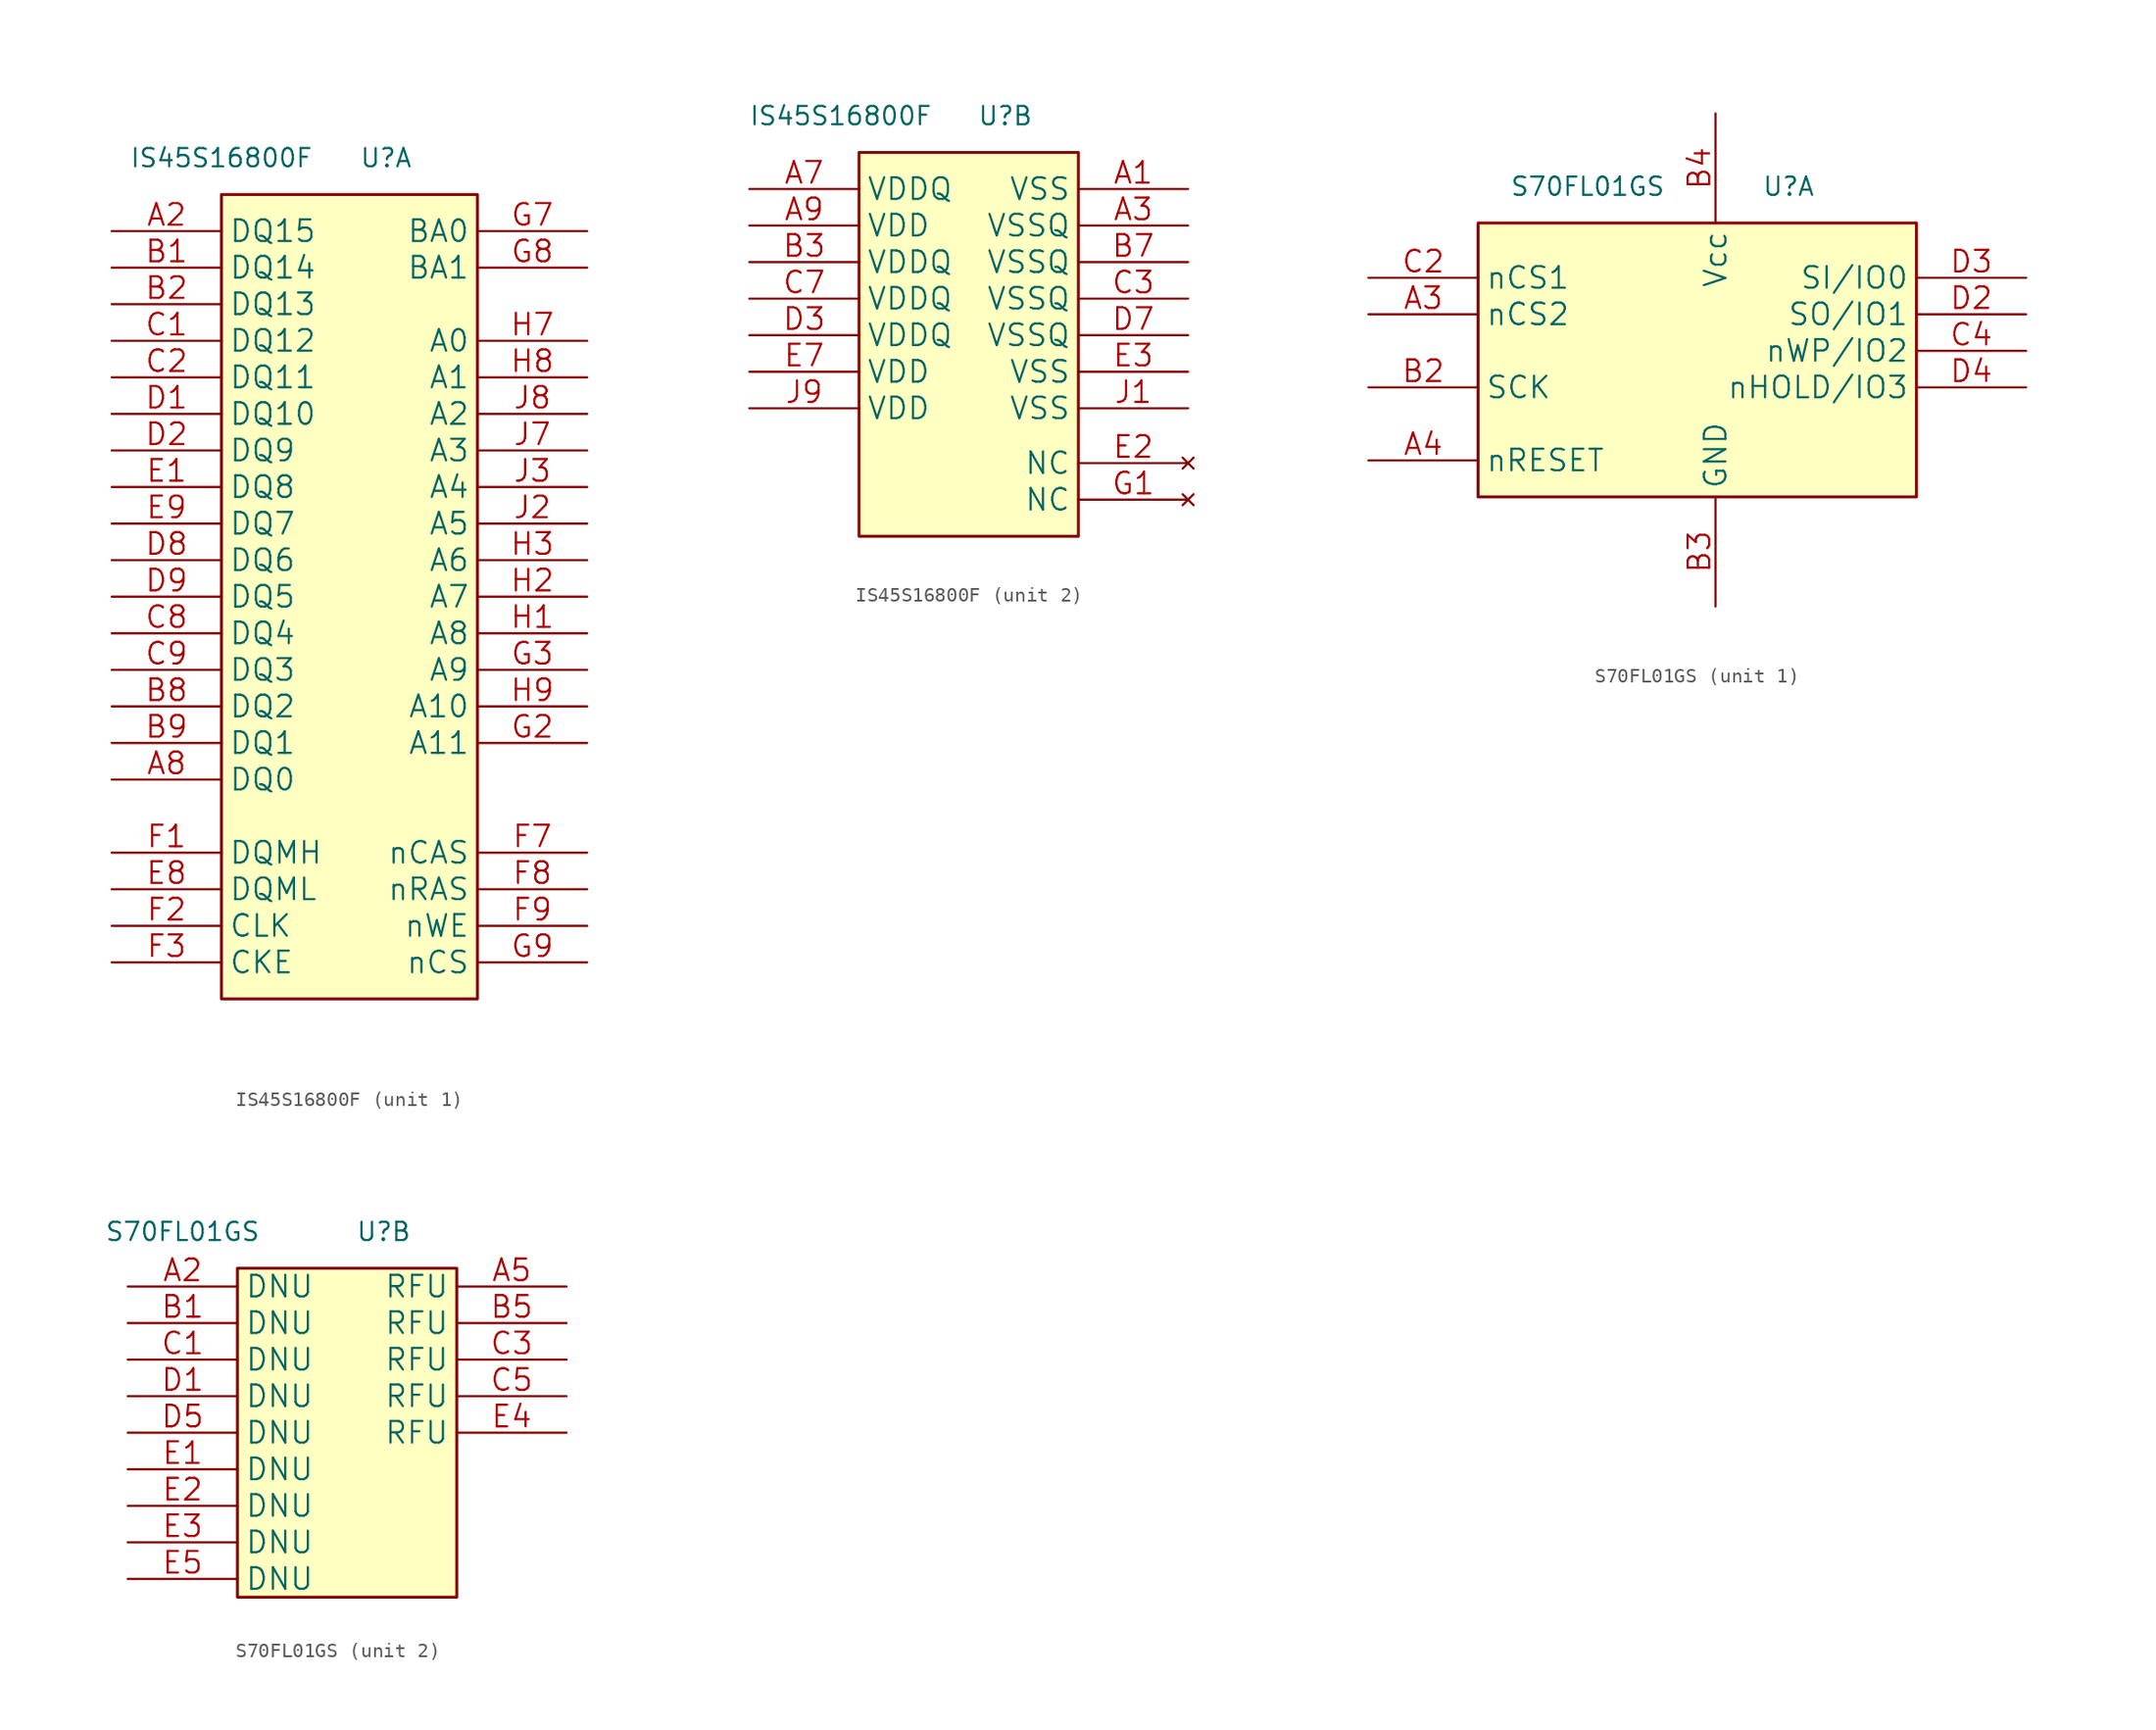
<source format=kicad_sym>
(kicad_symbol_lib
  (version 20211014)
  (generator kicad_symbol_editor)
  (symbol "IS45S16800F"
    (property "Reference" "U"
      (at 2.54 6.35 0)
      (effects (font (size 1.27 1.27))))
    (property "Value" "IS45S16800F"
      (at -8.89 6.35 0)
      (effects (font (size 1.27 1.27))))
    (property "ki_locked" ""
      (at 0 0 0)
      (effects (font (size 1.27 1.27))))
    (symbol "IS45S16800F_1_1"
      (rectangle (start -8.89 3.81) (end 8.89 -52.07) (stroke (width 0.203) (type default) (color 0 0 0 0)) (fill (type background)))
      (pin bidirectional line (at -16.51 1.27 0) (length 7.62) (name "DQ15" (effects (font (size 1.499 1.499)))) (number "A2" (effects (font (size 1.499 1.499)))))
      (pin bidirectional line (at -16.51 -36.83 0) (length 7.62) (name "DQ0" (effects (font (size 1.499 1.499)))) (number "A8" (effects (font (size 1.499 1.499)))))
      (pin bidirectional line (at -16.51 -1.27 0) (length 7.62) (name "DQ14" (effects (font (size 1.499 1.499)))) (number "B1" (effects (font (size 1.499 1.499)))))
      (pin bidirectional line (at -16.51 -3.81 0) (length 7.62) (name "DQ13" (effects (font (size 1.499 1.499)))) (number "B2" (effects (font (size 1.499 1.499)))))
      (pin bidirectional line (at -16.51 -31.75 0) (length 7.62) (name "DQ2" (effects (font (size 1.499 1.499)))) (number "B8" (effects (font (size 1.499 1.499)))))
      (pin bidirectional line (at -16.51 -34.29 0) (length 7.62) (name "DQ1" (effects (font (size 1.499 1.499)))) (number "B9" (effects (font (size 1.499 1.499)))))
      (pin bidirectional line (at -16.51 -6.35 0) (length 7.62) (name "DQ12" (effects (font (size 1.499 1.499)))) (number "C1" (effects (font (size 1.499 1.499)))))
      (pin bidirectional line (at -16.51 -8.89 0) (length 7.62) (name "DQ11" (effects (font (size 1.499 1.499)))) (number "C2" (effects (font (size 1.499 1.499)))))
      (pin bidirectional line (at -16.51 -26.67 0) (length 7.62) (name "DQ4" (effects (font (size 1.499 1.499)))) (number "C8" (effects (font (size 1.499 1.499)))))
      (pin bidirectional line (at -16.51 -29.21 0) (length 7.62) (name "DQ3" (effects (font (size 1.499 1.499)))) (number "C9" (effects (font (size 1.499 1.499)))))
      (pin bidirectional line (at -16.51 -11.43 0) (length 7.62) (name "DQ10" (effects (font (size 1.499 1.499)))) (number "D1" (effects (font (size 1.499 1.499)))))
      (pin bidirectional line (at -16.51 -13.97 0) (length 7.62) (name "DQ9" (effects (font (size 1.499 1.499)))) (number "D2" (effects (font (size 1.499 1.499)))))
      (pin bidirectional line (at -16.51 -21.59 0) (length 7.62) (name "DQ6" (effects (font (size 1.499 1.499)))) (number "D8" (effects (font (size 1.499 1.499)))))
      (pin bidirectional line (at -16.51 -24.13 0) (length 7.62) (name "DQ5" (effects (font (size 1.499 1.499)))) (number "D9" (effects (font (size 1.499 1.499)))))
      (pin bidirectional line (at -16.51 -16.51 0) (length 7.62) (name "DQ8" (effects (font (size 1.499 1.499)))) (number "E1" (effects (font (size 1.499 1.499)))))
      (pin input line (at -16.51 -44.45 0) (length 7.62) (name "DQML" (effects (font (size 1.499 1.499)))) (number "E8" (effects (font (size 1.499 1.499)))))
      (pin bidirectional line (at -16.51 -19.05 0) (length 7.62) (name "DQ7" (effects (font (size 1.499 1.499)))) (number "E9" (effects (font (size 1.499 1.499)))))
      (pin input line (at -16.51 -41.91 0) (length 7.62) (name "DQMH" (effects (font (size 1.499 1.499)))) (number "F1" (effects (font (size 1.499 1.499)))))
      (pin input line (at -16.51 -46.99 0) (length 7.62) (name "CLK" (effects (font (size 1.499 1.499)))) (number "F2" (effects (font (size 1.499 1.499)))))
      (pin input line (at -16.51 -49.53 0) (length 7.62) (name "CKE" (effects (font (size 1.499 1.499)))) (number "F3" (effects (font (size 1.499 1.499)))))
      (pin input line (at 16.51 -41.91 180) (length 7.62) (name "nCAS" (effects (font (size 1.499 1.499)))) (number "F7" (effects (font (size 1.499 1.499)))))
      (pin input line (at 16.51 -44.45 180) (length 7.62) (name "nRAS" (effects (font (size 1.499 1.499)))) (number "F8" (effects (font (size 1.499 1.499)))))
      (pin input line (at 16.51 -46.99 180) (length 7.62) (name "nWE" (effects (font (size 1.499 1.499)))) (number "F9" (effects (font (size 1.499 1.499)))))
      (pin input line (at 16.51 -34.29 180) (length 7.62) (name "A11" (effects (font (size 1.499 1.499)))) (number "G2" (effects (font (size 1.499 1.499)))))
      (pin input line (at 16.51 -29.21 180) (length 7.62) (name "A9" (effects (font (size 1.499 1.499)))) (number "G3" (effects (font (size 1.499 1.499)))))
      (pin input line (at 16.51 1.27 180) (length 7.62) (name "BA0" (effects (font (size 1.499 1.499)))) (number "G7" (effects (font (size 1.499 1.499)))))
      (pin input line (at 16.51 -1.27 180) (length 7.62) (name "BA1" (effects (font (size 1.499 1.499)))) (number "G8" (effects (font (size 1.499 1.499)))))
      (pin input line (at 16.51 -49.53 180) (length 7.62) (name "nCS" (effects (font (size 1.499 1.499)))) (number "G9" (effects (font (size 1.499 1.499)))))
      (pin input line (at 16.51 -26.67 180) (length 7.62) (name "A8" (effects (font (size 1.499 1.499)))) (number "H1" (effects (font (size 1.499 1.499)))))
      (pin input line (at 16.51 -24.13 180) (length 7.62) (name "A7" (effects (font (size 1.499 1.499)))) (number "H2" (effects (font (size 1.499 1.499)))))
      (pin input line (at 16.51 -21.59 180) (length 7.62) (name "A6" (effects (font (size 1.499 1.499)))) (number "H3" (effects (font (size 1.499 1.499)))))
      (pin input line (at 16.51 -6.35 180) (length 7.62) (name "A0" (effects (font (size 1.499 1.499)))) (number "H7" (effects (font (size 1.499 1.499)))))
      (pin input line (at 16.51 -8.89 180) (length 7.62) (name "A1" (effects (font (size 1.499 1.499)))) (number "H8" (effects (font (size 1.499 1.499)))))
      (pin input line (at 16.51 -31.75 180) (length 7.62) (name "A10" (effects (font (size 1.499 1.499)))) (number "H9" (effects (font (size 1.499 1.499)))))
      (pin input line (at 16.51 -19.05 180) (length 7.62) (name "A5" (effects (font (size 1.499 1.499)))) (number "J2" (effects (font (size 1.499 1.499)))))
      (pin input line (at 16.51 -16.51 180) (length 7.62) (name "A4" (effects (font (size 1.499 1.499)))) (number "J3" (effects (font (size 1.499 1.499)))))
      (pin input line (at 16.51 -13.97 180) (length 7.62) (name "A3" (effects (font (size 1.499 1.499)))) (number "J7" (effects (font (size 1.499 1.499)))))
      (pin input line (at 16.51 -11.43 180) (length 7.62) (name "A2" (effects (font (size 1.499 1.499)))) (number "J8" (effects (font (size 1.499 1.499))))))
    (symbol "IS45S16800F_2_1"
      (rectangle (start -7.62 3.81) (end 7.62 -22.86) (stroke (width 0.203) (type default) (color 0 0 0 0)) (fill (type background)))
      (pin power_in line (at 15.24 1.27 180) (length 7.62) (name "VSS" (effects (font (size 1.499 1.499)))) (number "A1" (effects (font (size 1.499 1.499)))))
      (pin power_in line (at 15.24 -1.27 180) (length 7.62) (name "VSSQ" (effects (font (size 1.499 1.499)))) (number "A3" (effects (font (size 1.499 1.499)))))
      (pin power_in line (at -15.24 1.27 0) (length 7.62) (name "VDDQ" (effects (font (size 1.499 1.499)))) (number "A7" (effects (font (size 1.499 1.499)))))
      (pin power_in line (at -15.24 -1.27 0) (length 7.62) (name "VDD" (effects (font (size 1.499 1.499)))) (number "A9" (effects (font (size 1.499 1.499)))))
      (pin power_in line (at -15.24 -3.81 0) (length 7.62) (name "VDDQ" (effects (font (size 1.499 1.499)))) (number "B3" (effects (font (size 1.499 1.499)))))
      (pin power_in line (at 15.24 -3.81 180) (length 7.62) (name "VSSQ" (effects (font (size 1.499 1.499)))) (number "B7" (effects (font (size 1.499 1.499)))))
      (pin power_in line (at 15.24 -6.35 180) (length 7.62) (name "VSSQ" (effects (font (size 1.499 1.499)))) (number "C3" (effects (font (size 1.499 1.499)))))
      (pin power_in line (at -15.24 -6.35 0) (length 7.62) (name "VDDQ" (effects (font (size 1.499 1.499)))) (number "C7" (effects (font (size 1.499 1.499)))))
      (pin power_in line (at -15.24 -8.89 0) (length 7.62) (name "VDDQ" (effects (font (size 1.499 1.499)))) (number "D3" (effects (font (size 1.499 1.499)))))
      (pin power_in line (at 15.24 -8.89 180) (length 7.62) (name "VSSQ" (effects (font (size 1.499 1.499)))) (number "D7" (effects (font (size 1.499 1.499)))))
      (pin no_connect line (at 15.24 -17.78 180) (length 7.62) (name "NC" (effects (font (size 1.499 1.499)))) (number "E2" (effects (font (size 1.499 1.499)))))
      (pin power_in line (at 15.24 -11.43 180) (length 7.62) (name "VSS" (effects (font (size 1.499 1.499)))) (number "E3" (effects (font (size 1.499 1.499)))))
      (pin power_in line (at -15.24 -11.43 0) (length 7.62) (name "VDD" (effects (font (size 1.499 1.499)))) (number "E7" (effects (font (size 1.499 1.499)))))
      (pin no_connect line (at 15.24 -20.32 180) (length 7.62) (name "NC" (effects (font (size 1.499 1.499)))) (number "G1" (effects (font (size 1.499 1.499)))))
      (pin power_in line (at 15.24 -13.97 180) (length 7.62) (name "VSS" (effects (font (size 1.499 1.499)))) (number "J1" (effects (font (size 1.499 1.499)))))
      (pin power_in line (at -15.24 -13.97 0) (length 7.62) (name "VDD" (effects (font (size 1.499 1.499)))) (number "J9" (effects (font (size 1.499 1.499)))))))
  (symbol "S70FL01GS"
    (property "Reference" "U"
      (at 2.54 -5.08 0)
      (effects (font (size 1.27 1.27))))
    (property "Value" "S70FL01GS"
      (at -11.43 -5.08 0)
      (effects (font (size 1.27 1.27))))
    (property "ki_locked" ""
      (at 0 0 0)
      (effects (font (size 1.27 1.27))))
    (symbol "S70FL01GS_1_1"
      (rectangle (start -19.05 -7.62) (end 11.43 -26.67) (stroke (width 0.203) (type default) (color 0 0 0 0)) (fill (type background)))
      (pin input line (at -26.67 -13.97 0) (length 7.62) (name "nCS2" (effects (font (size 1.499 1.499)))) (number "A3" (effects (font (size 1.499 1.499)))))
      (pin input line (at -26.67 -24.13 0) (length 7.62) (name "nRESET" (effects (font (size 1.499 1.499)))) (number "A4" (effects (font (size 1.499 1.499)))))
      (pin input line (at -26.67 -19.05 0) (length 7.62) (name "SCK" (effects (font (size 1.499 1.499)))) (number "B2" (effects (font (size 1.499 1.499)))))
      (pin power_in line (at -2.54 -34.29 90) (length 7.62) (name "GND" (effects (font (size 1.499 1.499)))) (number "B3" (effects (font (size 1.499 1.499)))))
      (pin power_in line (at -2.54 0 270) (length 7.62) (name "Vcc" (effects (font (size 1.499 1.499)))) (number "B4" (effects (font (size 1.499 1.499)))))
      (pin input line (at -26.67 -11.43 0) (length 7.62) (name "nCS1" (effects (font (size 1.499 1.499)))) (number "C2" (effects (font (size 1.499 1.499)))))
      (pin bidirectional line (at 19.05 -16.51 180) (length 7.62) (name "nWP/IO2" (effects (font (size 1.499 1.499)))) (number "C4" (effects (font (size 1.499 1.499)))))
      (pin bidirectional line (at 19.05 -13.97 180) (length 7.62) (name "SO/IO1" (effects (font (size 1.499 1.499)))) (number "D2" (effects (font (size 1.499 1.499)))))
      (pin bidirectional line (at 19.05 -11.43 180) (length 7.62) (name "SI/IO0" (effects (font (size 1.499 1.499)))) (number "D3" (effects (font (size 1.499 1.499)))))
      (pin bidirectional line (at 19.05 -19.05 180) (length 7.62) (name "nHOLD/IO3" (effects (font (size 1.499 1.499)))) (number "D4" (effects (font (size 1.499 1.499))))))
    (symbol "S70FL01GS_2_1"
      (rectangle (start -7.62 -7.62) (end 7.62 -30.48) (stroke (width 0.203) (type default) (color 0 0 0 0)) (fill (type background)))
      (pin unspecified line (at -15.24 -8.89 0) (length 7.62) (name "DNU" (effects (font (size 1.499 1.499)))) (number "A2" (effects (font (size 1.499 1.499)))))
      (pin unspecified line (at 15.24 -8.89 180) (length 7.62) (name "RFU" (effects (font (size 1.499 1.499)))) (number "A5" (effects (font (size 1.499 1.499)))))
      (pin unspecified line (at -15.24 -11.43 0) (length 7.62) (name "DNU" (effects (font (size 1.499 1.499)))) (number "B1" (effects (font (size 1.499 1.499)))))
      (pin unspecified line (at 15.24 -11.43 180) (length 7.62) (name "RFU" (effects (font (size 1.499 1.499)))) (number "B5" (effects (font (size 1.499 1.499)))))
      (pin unspecified line (at -15.24 -13.97 0) (length 7.62) (name "DNU" (effects (font (size 1.499 1.499)))) (number "C1" (effects (font (size 1.499 1.499)))))
      (pin unspecified line (at 15.24 -13.97 180) (length 7.62) (name "RFU" (effects (font (size 1.499 1.499)))) (number "C3" (effects (font (size 1.499 1.499)))))
      (pin unspecified line (at 15.24 -16.51 180) (length 7.62) (name "RFU" (effects (font (size 1.499 1.499)))) (number "C5" (effects (font (size 1.499 1.499)))))
      (pin unspecified line (at -15.24 -16.51 0) (length 7.62) (name "DNU" (effects (font (size 1.499 1.499)))) (number "D1" (effects (font (size 1.499 1.499)))))
      (pin unspecified line (at -15.24 -19.05 0) (length 7.62) (name "DNU" (effects (font (size 1.499 1.499)))) (number "D5" (effects (font (size 1.499 1.499)))))
      (pin unspecified line (at -15.24 -21.59 0) (length 7.62) (name "DNU" (effects (font (size 1.499 1.499)))) (number "E1" (effects (font (size 1.499 1.499)))))
      (pin unspecified line (at -15.24 -24.13 0) (length 7.62) (name "DNU" (effects (font (size 1.499 1.499)))) (number "E2" (effects (font (size 1.499 1.499)))))
      (pin unspecified line (at -15.24 -26.67 0) (length 7.62) (name "DNU" (effects (font (size 1.499 1.499)))) (number "E3" (effects (font (size 1.499 1.499)))))
      (pin unspecified line (at 15.24 -19.05 180) (length 7.62) (name "RFU" (effects (font (size 1.499 1.499)))) (number "E4" (effects (font (size 1.499 1.499)))))
      (pin unspecified line (at -15.24 -29.21 0) (length 7.62) (name "DNU" (effects (font (size 1.499 1.499)))) (number "E5" (effects (font (size 1.499 1.499))))))))
</source>
